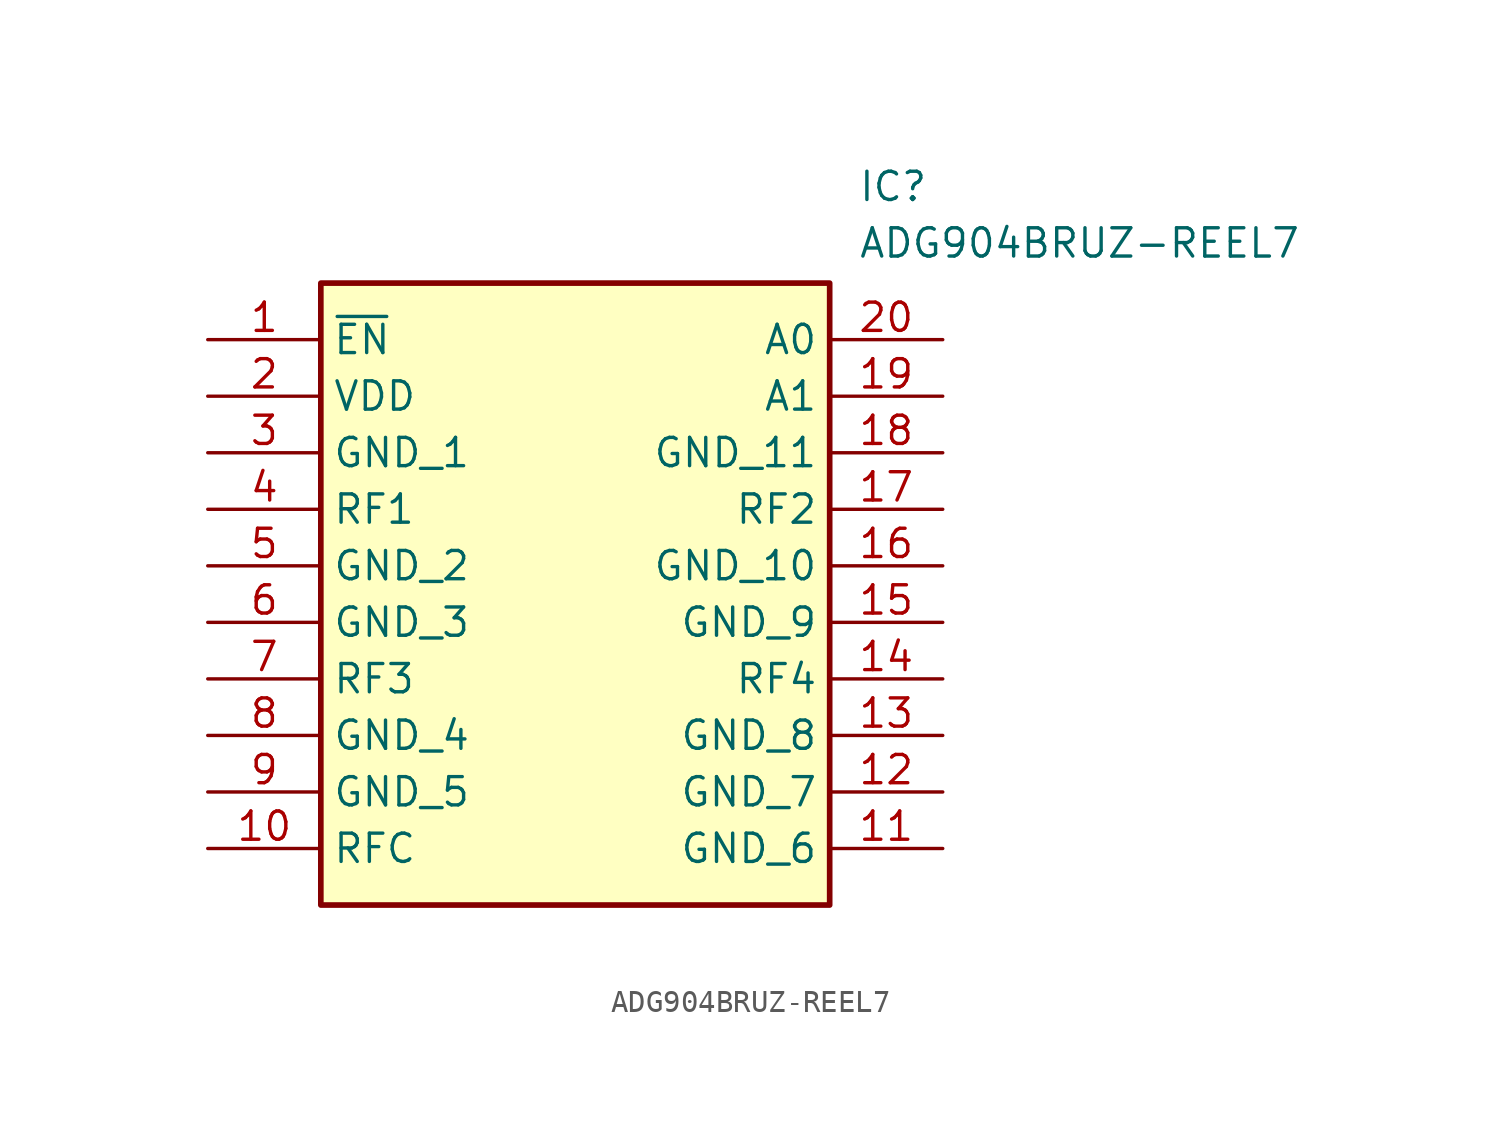
<source format=kicad_sym>
(kicad_symbol_lib
  (version 20211014)
  (generator SamacSys_ECAD_Model)
  (symbol "ADG904BRUZ-REEL7"
    (property "Reference" "IC"
      (at 29.21 7.62 0)
      (effects (font (size 1.27 1.27)) (justify left top)))
    (property "Value" "ADG904BRUZ-REEL7"
      (at 29.21 5.08 0)
      (effects (font (size 1.27 1.27)) (justify left top)))
    (rectangle
      (start 5.08 2.54)
      (end 27.94 -25.4)
      (stroke (width 0.254) (type default))
      (fill (type background)))
    (pin passive line
      (at 0 0 0)
      (length 5.08)
      (name "~{EN}" (effects (font (size 1.27 1.27))))
      (number "1" (effects (font (size 1.27 1.27)))))
    (pin passive line
      (at 0 -2.54 0)
      (length 5.08)
      (name "VDD" (effects (font (size 1.27 1.27))))
      (number "2" (effects (font (size 1.27 1.27)))))
    (pin passive line
      (at 0 -5.08 0)
      (length 5.08)
      (name "GND_1" (effects (font (size 1.27 1.27))))
      (number "3" (effects (font (size 1.27 1.27)))))
    (pin passive line
      (at 0 -7.62 0)
      (length 5.08)
      (name "RF1" (effects (font (size 1.27 1.27))))
      (number "4" (effects (font (size 1.27 1.27)))))
    (pin passive line
      (at 0 -10.16 0)
      (length 5.08)
      (name "GND_2" (effects (font (size 1.27 1.27))))
      (number "5" (effects (font (size 1.27 1.27)))))
    (pin passive line
      (at 0 -12.7 0)
      (length 5.08)
      (name "GND_3" (effects (font (size 1.27 1.27))))
      (number "6" (effects (font (size 1.27 1.27)))))
    (pin passive line
      (at 0 -15.24 0)
      (length 5.08)
      (name "RF3" (effects (font (size 1.27 1.27))))
      (number "7" (effects (font (size 1.27 1.27)))))
    (pin passive line
      (at 0 -17.78 0)
      (length 5.08)
      (name "GND_4" (effects (font (size 1.27 1.27))))
      (number "8" (effects (font (size 1.27 1.27)))))
    (pin passive line
      (at 0 -20.32 0)
      (length 5.08)
      (name "GND_5" (effects (font (size 1.27 1.27))))
      (number "9" (effects (font (size 1.27 1.27)))))
    (pin passive line
      (at 0 -22.86 0)
      (length 5.08)
      (name "RFC" (effects (font (size 1.27 1.27))))
      (number "10" (effects (font (size 1.27 1.27)))))
    (pin passive line
      (at 33.02 0 180)
      (length 5.08)
      (name "A0" (effects (font (size 1.27 1.27))))
      (number "20" (effects (font (size 1.27 1.27)))))
    (pin passive line
      (at 33.02 -2.54 180)
      (length 5.08)
      (name "A1" (effects (font (size 1.27 1.27))))
      (number "19" (effects (font (size 1.27 1.27)))))
    (pin passive line
      (at 33.02 -5.08 180)
      (length 5.08)
      (name "GND_11" (effects (font (size 1.27 1.27))))
      (number "18" (effects (font (size 1.27 1.27)))))
    (pin passive line
      (at 33.02 -7.62 180)
      (length 5.08)
      (name "RF2" (effects (font (size 1.27 1.27))))
      (number "17" (effects (font (size 1.27 1.27)))))
    (pin passive line
      (at 33.02 -10.16 180)
      (length 5.08)
      (name "GND_10" (effects (font (size 1.27 1.27))))
      (number "16" (effects (font (size 1.27 1.27)))))
    (pin passive line
      (at 33.02 -12.7 180)
      (length 5.08)
      (name "GND_9" (effects (font (size 1.27 1.27))))
      (number "15" (effects (font (size 1.27 1.27)))))
    (pin passive line
      (at 33.02 -15.24 180)
      (length 5.08)
      (name "RF4" (effects (font (size 1.27 1.27))))
      (number "14" (effects (font (size 1.27 1.27)))))
    (pin passive line
      (at 33.02 -17.78 180)
      (length 5.08)
      (name "GND_8" (effects (font (size 1.27 1.27))))
      (number "13" (effects (font (size 1.27 1.27)))))
    (pin passive line
      (at 33.02 -20.32 180)
      (length 5.08)
      (name "GND_7" (effects (font (size 1.27 1.27))))
      (number "12" (effects (font (size 1.27 1.27)))))
    (pin passive line
      (at 33.02 -22.86 180)
      (length 5.08)
      (name "GND_6" (effects (font (size 1.27 1.27))))
      (number "11" (effects (font (size 1.27 1.27)))))))
</source>
